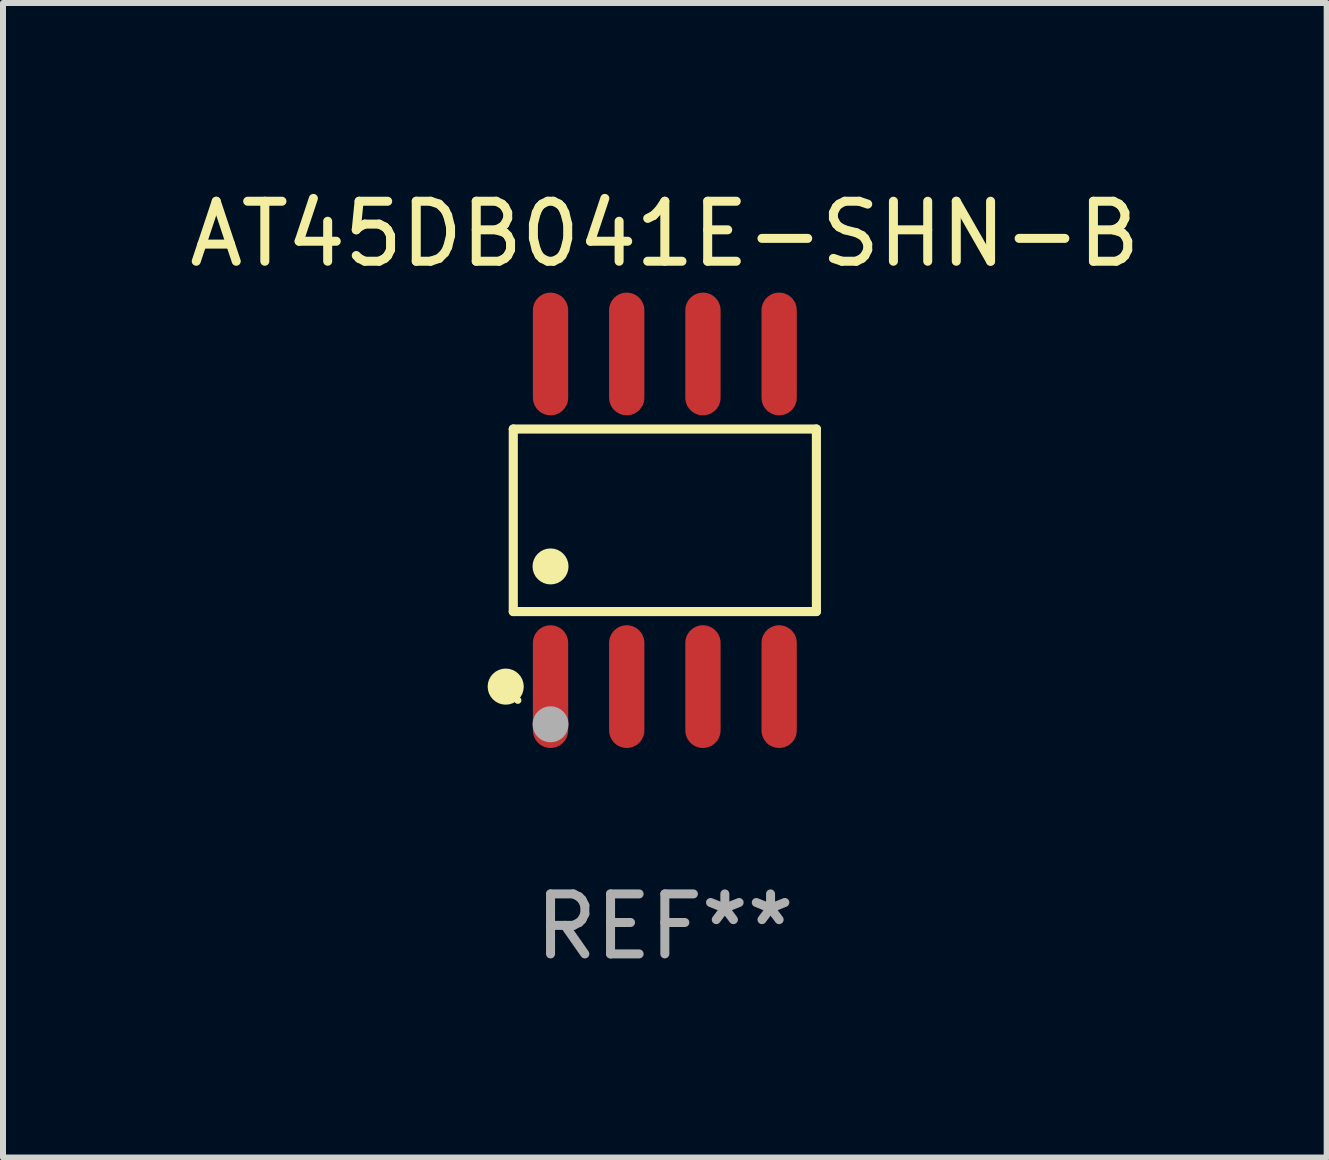
<source format=kicad_pcb>
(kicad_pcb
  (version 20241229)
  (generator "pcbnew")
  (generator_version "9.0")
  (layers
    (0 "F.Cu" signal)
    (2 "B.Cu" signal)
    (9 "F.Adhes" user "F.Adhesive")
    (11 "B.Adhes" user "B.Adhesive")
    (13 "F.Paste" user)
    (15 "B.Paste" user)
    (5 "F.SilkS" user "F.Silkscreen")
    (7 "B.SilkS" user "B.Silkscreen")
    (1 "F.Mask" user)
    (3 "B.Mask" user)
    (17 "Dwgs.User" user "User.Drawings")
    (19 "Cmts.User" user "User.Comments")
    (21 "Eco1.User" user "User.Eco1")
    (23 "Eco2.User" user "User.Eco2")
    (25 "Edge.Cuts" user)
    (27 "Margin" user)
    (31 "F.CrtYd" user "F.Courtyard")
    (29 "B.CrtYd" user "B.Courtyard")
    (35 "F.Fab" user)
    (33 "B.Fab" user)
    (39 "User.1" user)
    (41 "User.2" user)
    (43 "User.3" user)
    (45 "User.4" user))
  (footprint "AT45DB041E-SHN-B"
    (layer "F.Cu")
    (at 8.03 5.621)
    (property "Reference" "AT45DB041E-SHN-B" (at 0 -4.772 0) (layer "F.SilkS") (effects (font (size 1 1) (thickness 0.15))))
    (attr through_hole)
    (fp_line (start -2.526 -1.521) (end 2.526 -1.521) (stroke (width 0.152) (type solid)) (layer "F.SilkS"))
    (fp_line (start -2.526 1.521) (end -2.526 -1.521) (stroke (width 0.152) (type solid)) (layer "F.SilkS"))
    (fp_line (start 2.526 -1.521) (end 2.526 1.521) (stroke (width 0.152) (type solid)) (layer "F.SilkS"))
    (fp_line (start 2.526 1.521) (end -2.526 1.521) (stroke (width 0.152) (type solid)) (layer "F.SilkS"))
    (fp_circle (center -2.652 2.772) (end -2.501 2.772) (stroke (width 0.3) (type solid)) (fill no) (layer "F.SilkS"))
    (fp_circle (center -2.45 3) (end -2.42 3) (stroke (width 0.06) (type solid)) (fill no) (layer "F.SilkS"))
    (fp_circle (center -1.905 0.769) (end -1.755 0.769) (stroke (width 0.3) (type solid)) (fill no) (layer "F.SilkS"))
    (fp_circle (center -1.905 3.4) (end -1.755 3.4) (stroke (width 0.3) (type solid)) (fill no) (layer "F.Fab"))
    (fp_text user "REF**" (at 0 6.772 0) (layer "F.Fab") (effects (font (size 1 1) (thickness 0.15))))
    (pad "1" smd oval (at -1.905 2.772) (size 0.588 2.045) (layers "F.Cu" "F.Mask" "F.Paste"))
    (pad "2" smd oval (at -0.635 2.772) (size 0.588 2.045) (layers "F.Cu" "F.Mask" "F.Paste"))
    (pad "3" smd oval (at 0.635 2.772) (size 0.588 2.045) (layers "F.Cu" "F.Mask" "F.Paste"))
    (pad "4" smd oval (at 1.905 2.772) (size 0.588 2.045) (layers "F.Cu" "F.Mask" "F.Paste"))
    (pad "5" smd oval (at 1.905 -2.772) (size 0.588 2.045) (layers "F.Cu" "F.Mask" "F.Paste"))
    (pad "6" smd oval (at 0.635 -2.772) (size 0.588 2.045) (layers "F.Cu" "F.Mask" "F.Paste"))
    (pad "7" smd oval (at -0.635 -2.772) (size 0.588 2.045) (layers "F.Cu" "F.Mask" "F.Paste"))
    (pad "8" smd oval (at -1.905 -2.772) (size 0.588 2.045) (layers "F.Cu" "F.Mask" "F.Paste")))
  (gr_rect
    (start -3 -3)
    (end 19.06 16.241)
    (stroke (width 0.1) (type default))
    (fill no)
    (layer "Edge.Cuts")))
</source>
